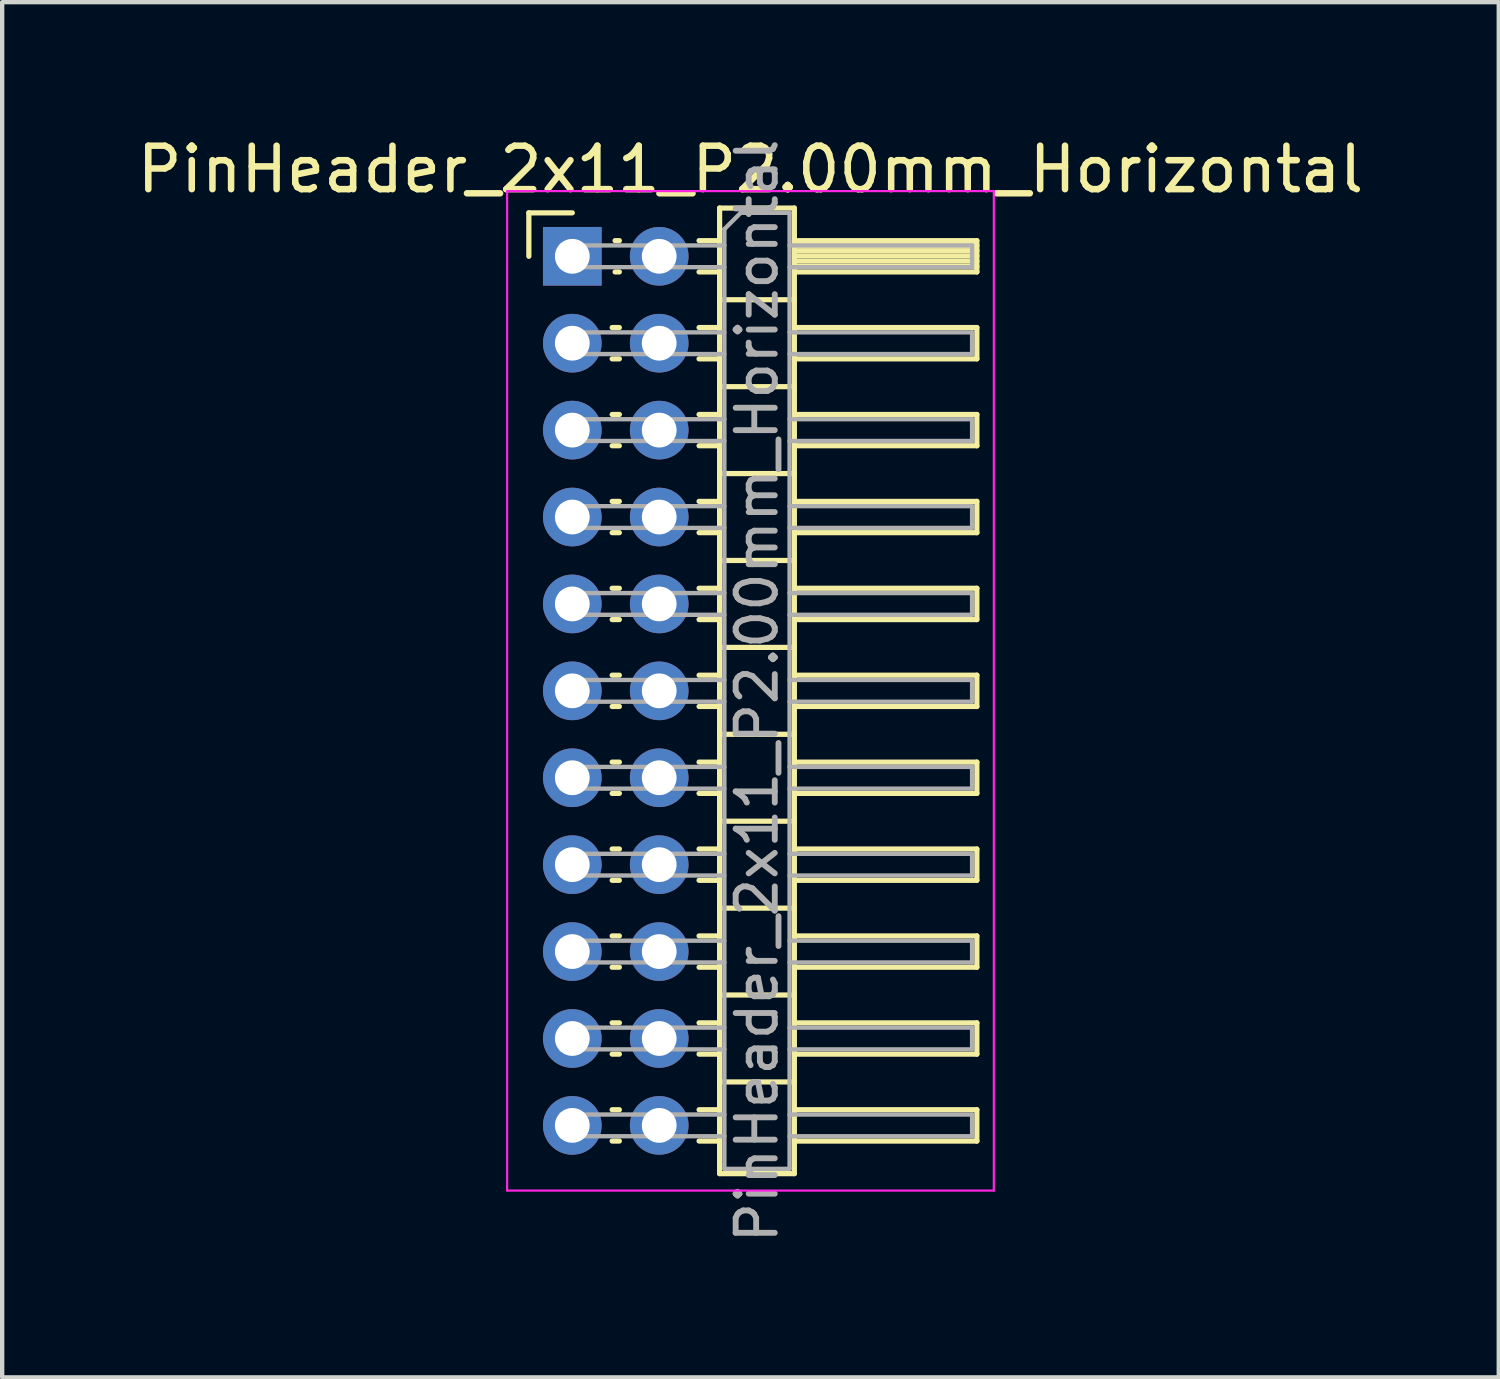
<source format=kicad_pcb>
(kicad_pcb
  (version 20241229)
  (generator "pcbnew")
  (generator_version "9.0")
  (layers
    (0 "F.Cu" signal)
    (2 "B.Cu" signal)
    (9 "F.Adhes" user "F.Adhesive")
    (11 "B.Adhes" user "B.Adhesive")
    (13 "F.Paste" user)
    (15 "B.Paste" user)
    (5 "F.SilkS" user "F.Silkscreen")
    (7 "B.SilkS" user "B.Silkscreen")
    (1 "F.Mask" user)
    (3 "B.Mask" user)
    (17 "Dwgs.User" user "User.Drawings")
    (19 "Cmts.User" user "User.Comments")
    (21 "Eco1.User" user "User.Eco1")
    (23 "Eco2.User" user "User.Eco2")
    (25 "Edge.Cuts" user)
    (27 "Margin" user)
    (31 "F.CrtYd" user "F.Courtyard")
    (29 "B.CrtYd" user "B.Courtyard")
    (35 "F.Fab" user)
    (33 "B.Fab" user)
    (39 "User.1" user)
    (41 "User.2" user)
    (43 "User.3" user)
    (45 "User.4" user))
  (footprint "PinHeader_2x11_P2.00mm_Horizontal"
    (layer "F.Cu")
    (at 10.12 2.848)
    (property "Reference" "PinHeader_2x11_P2.00mm_Horizontal" (at 4.1 -2 0) (layer "F.SilkS") (effects (font (size 1 1) (thickness 0.15))))
    (attr through_hole)
    (fp_line (start -1 -1) (end 0 -1) (stroke (width 0.12) (type solid)) (layer "F.SilkS"))
    (fp_line (start -1 0) (end -1 -1) (stroke (width 0.12) (type solid)) (layer "F.SilkS"))
    (fp_line (start 0.917 1.64) (end 1.083 1.64) (stroke (width 0.12) (type solid)) (layer "F.SilkS"))
    (fp_line (start 0.917 2.36) (end 1.083 2.36) (stroke (width 0.12) (type solid)) (layer "F.SilkS"))
    (fp_line (start 0.917 3.64) (end 1.083 3.64) (stroke (width 0.12) (type solid)) (layer "F.SilkS"))
    (fp_line (start 0.917 4.36) (end 1.083 4.36) (stroke (width 0.12) (type solid)) (layer "F.SilkS"))
    (fp_line (start 0.917 5.64) (end 1.083 5.64) (stroke (width 0.12) (type solid)) (layer "F.SilkS"))
    (fp_line (start 0.917 6.36) (end 1.083 6.36) (stroke (width 0.12) (type solid)) (layer "F.SilkS"))
    (fp_line (start 0.917 7.64) (end 1.083 7.64) (stroke (width 0.12) (type solid)) (layer "F.SilkS"))
    (fp_line (start 0.917 8.36) (end 1.083 8.36) (stroke (width 0.12) (type solid)) (layer "F.SilkS"))
    (fp_line (start 0.917 9.64) (end 1.083 9.64) (stroke (width 0.12) (type solid)) (layer "F.SilkS"))
    (fp_line (start 0.917 10.36) (end 1.083 10.36) (stroke (width 0.12) (type solid)) (layer "F.SilkS"))
    (fp_line (start 0.917 11.64) (end 1.083 11.64) (stroke (width 0.12) (type solid)) (layer "F.SilkS"))
    (fp_line (start 0.917 12.36) (end 1.083 12.36) (stroke (width 0.12) (type solid)) (layer "F.SilkS"))
    (fp_line (start 0.917 13.64) (end 1.083 13.64) (stroke (width 0.12) (type solid)) (layer "F.SilkS"))
    (fp_line (start 0.917 14.36) (end 1.083 14.36) (stroke (width 0.12) (type solid)) (layer "F.SilkS"))
    (fp_line (start 0.917 15.64) (end 1.083 15.64) (stroke (width 0.12) (type solid)) (layer "F.SilkS"))
    (fp_line (start 0.917 16.36) (end 1.083 16.36) (stroke (width 0.12) (type solid)) (layer "F.SilkS"))
    (fp_line (start 0.917 17.64) (end 1.083 17.64) (stroke (width 0.12) (type solid)) (layer "F.SilkS"))
    (fp_line (start 0.917 18.36) (end 1.083 18.36) (stroke (width 0.12) (type solid)) (layer "F.SilkS"))
    (fp_line (start 0.917 19.64) (end 1.083 19.64) (stroke (width 0.12) (type solid)) (layer "F.SilkS"))
    (fp_line (start 0.917 20.36) (end 1.083 20.36) (stroke (width 0.12) (type solid)) (layer "F.SilkS"))
    (fp_line (start 0.985 -0.36) (end 1.083 -0.36) (stroke (width 0.12) (type solid)) (layer "F.SilkS"))
    (fp_line (start 0.985 0.36) (end 1.083 0.36) (stroke (width 0.12) (type solid)) (layer "F.SilkS"))
    (fp_line (start 2.917 -0.36) (end 3.39 -0.36) (stroke (width 0.12) (type solid)) (layer "F.SilkS"))
    (fp_line (start 2.917 0.36) (end 3.39 0.36) (stroke (width 0.12) (type solid)) (layer "F.SilkS"))
    (fp_line (start 2.917 1.64) (end 3.39 1.64) (stroke (width 0.12) (type solid)) (layer "F.SilkS"))
    (fp_line (start 2.917 2.36) (end 3.39 2.36) (stroke (width 0.12) (type solid)) (layer "F.SilkS"))
    (fp_line (start 2.917 3.64) (end 3.39 3.64) (stroke (width 0.12) (type solid)) (layer "F.SilkS"))
    (fp_line (start 2.917 4.36) (end 3.39 4.36) (stroke (width 0.12) (type solid)) (layer "F.SilkS"))
    (fp_line (start 2.917 5.64) (end 3.39 5.64) (stroke (width 0.12) (type solid)) (layer "F.SilkS"))
    (fp_line (start 2.917 6.36) (end 3.39 6.36) (stroke (width 0.12) (type solid)) (layer "F.SilkS"))
    (fp_line (start 2.917 7.64) (end 3.39 7.64) (stroke (width 0.12) (type solid)) (layer "F.SilkS"))
    (fp_line (start 2.917 8.36) (end 3.39 8.36) (stroke (width 0.12) (type solid)) (layer "F.SilkS"))
    (fp_line (start 2.917 9.64) (end 3.39 9.64) (stroke (width 0.12) (type solid)) (layer "F.SilkS"))
    (fp_line (start 2.917 10.36) (end 3.39 10.36) (stroke (width 0.12) (type solid)) (layer "F.SilkS"))
    (fp_line (start 2.917 11.64) (end 3.39 11.64) (stroke (width 0.12) (type solid)) (layer "F.SilkS"))
    (fp_line (start 2.917 12.36) (end 3.39 12.36) (stroke (width 0.12) (type solid)) (layer "F.SilkS"))
    (fp_line (start 2.917 13.64) (end 3.39 13.64) (stroke (width 0.12) (type solid)) (layer "F.SilkS"))
    (fp_line (start 2.917 14.36) (end 3.39 14.36) (stroke (width 0.12) (type solid)) (layer "F.SilkS"))
    (fp_line (start 2.917 15.64) (end 3.39 15.64) (stroke (width 0.12) (type solid)) (layer "F.SilkS"))
    (fp_line (start 2.917 16.36) (end 3.39 16.36) (stroke (width 0.12) (type solid)) (layer "F.SilkS"))
    (fp_line (start 2.917 17.64) (end 3.39 17.64) (stroke (width 0.12) (type solid)) (layer "F.SilkS"))
    (fp_line (start 2.917 18.36) (end 3.39 18.36) (stroke (width 0.12) (type solid)) (layer "F.SilkS"))
    (fp_line (start 2.917 19.64) (end 3.39 19.64) (stroke (width 0.12) (type solid)) (layer "F.SilkS"))
    (fp_line (start 2.917 20.36) (end 3.39 20.36) (stroke (width 0.12) (type solid)) (layer "F.SilkS"))
    (fp_line (start 3.39 -1.11) (end 3.39 21.11) (stroke (width 0.12) (type solid)) (layer "F.SilkS"))
    (fp_line (start 3.39 1) (end 5.11 1) (stroke (width 0.12) (type solid)) (layer "F.SilkS"))
    (fp_line (start 3.39 3) (end 5.11 3) (stroke (width 0.12) (type solid)) (layer "F.SilkS"))
    (fp_line (start 3.39 5) (end 5.11 5) (stroke (width 0.12) (type solid)) (layer "F.SilkS"))
    (fp_line (start 3.39 7) (end 5.11 7) (stroke (width 0.12) (type solid)) (layer "F.SilkS"))
    (fp_line (start 3.39 9) (end 5.11 9) (stroke (width 0.12) (type solid)) (layer "F.SilkS"))
    (fp_line (start 3.39 11) (end 5.11 11) (stroke (width 0.12) (type solid)) (layer "F.SilkS"))
    (fp_line (start 3.39 13) (end 5.11 13) (stroke (width 0.12) (type solid)) (layer "F.SilkS"))
    (fp_line (start 3.39 15) (end 5.11 15) (stroke (width 0.12) (type solid)) (layer "F.SilkS"))
    (fp_line (start 3.39 17) (end 5.11 17) (stroke (width 0.12) (type solid)) (layer "F.SilkS"))
    (fp_line (start 3.39 19) (end 5.11 19) (stroke (width 0.12) (type solid)) (layer "F.SilkS"))
    (fp_line (start 3.39 21.11) (end 5.11 21.11) (stroke (width 0.12) (type solid)) (layer "F.SilkS"))
    (fp_line (start 5.11 -1.11) (end 3.39 -1.11) (stroke (width 0.12) (type solid)) (layer "F.SilkS"))
    (fp_line (start 5.11 -0.36) (end 9.31 -0.36) (stroke (width 0.12) (type solid)) (layer "F.SilkS"))
    (fp_line (start 5.11 -0.25) (end 9.31 -0.25) (stroke (width 0.12) (type solid)) (layer "F.SilkS"))
    (fp_line (start 5.11 -0.13) (end 9.31 -0.13) (stroke (width 0.12) (type solid)) (layer "F.SilkS"))
    (fp_line (start 5.11 -0.01) (end 9.31 -0.01) (stroke (width 0.12) (type solid)) (layer "F.SilkS"))
    (fp_line (start 5.11 0.11) (end 9.31 0.11) (stroke (width 0.12) (type solid)) (layer "F.SilkS"))
    (fp_line (start 5.11 0.23) (end 9.31 0.23) (stroke (width 0.12) (type solid)) (layer "F.SilkS"))
    (fp_line (start 5.11 1.64) (end 9.31 1.64) (stroke (width 0.12) (type solid)) (layer "F.SilkS"))
    (fp_line (start 5.11 3.64) (end 9.31 3.64) (stroke (width 0.12) (type solid)) (layer "F.SilkS"))
    (fp_line (start 5.11 5.64) (end 9.31 5.64) (stroke (width 0.12) (type solid)) (layer "F.SilkS"))
    (fp_line (start 5.11 7.64) (end 9.31 7.64) (stroke (width 0.12) (type solid)) (layer "F.SilkS"))
    (fp_line (start 5.11 9.64) (end 9.31 9.64) (stroke (width 0.12) (type solid)) (layer "F.SilkS"))
    (fp_line (start 5.11 11.64) (end 9.31 11.64) (stroke (width 0.12) (type solid)) (layer "F.SilkS"))
    (fp_line (start 5.11 13.64) (end 9.31 13.64) (stroke (width 0.12) (type solid)) (layer "F.SilkS"))
    (fp_line (start 5.11 15.64) (end 9.31 15.64) (stroke (width 0.12) (type solid)) (layer "F.SilkS"))
    (fp_line (start 5.11 17.64) (end 9.31 17.64) (stroke (width 0.12) (type solid)) (layer "F.SilkS"))
    (fp_line (start 5.11 19.64) (end 9.31 19.64) (stroke (width 0.12) (type solid)) (layer "F.SilkS"))
    (fp_line (start 5.11 21.11) (end 5.11 -1.11) (stroke (width 0.12) (type solid)) (layer "F.SilkS"))
    (fp_line (start 9.31 -0.36) (end 9.31 0.36) (stroke (width 0.12) (type solid)) (layer "F.SilkS"))
    (fp_line (start 9.31 0.36) (end 5.11 0.36) (stroke (width 0.12) (type solid)) (layer "F.SilkS"))
    (fp_line (start 9.31 1.64) (end 9.31 2.36) (stroke (width 0.12) (type solid)) (layer "F.SilkS"))
    (fp_line (start 9.31 2.36) (end 5.11 2.36) (stroke (width 0.12) (type solid)) (layer "F.SilkS"))
    (fp_line (start 9.31 3.64) (end 9.31 4.36) (stroke (width 0.12) (type solid)) (layer "F.SilkS"))
    (fp_line (start 9.31 4.36) (end 5.11 4.36) (stroke (width 0.12) (type solid)) (layer "F.SilkS"))
    (fp_line (start 9.31 5.64) (end 9.31 6.36) (stroke (width 0.12) (type solid)) (layer "F.SilkS"))
    (fp_line (start 9.31 6.36) (end 5.11 6.36) (stroke (width 0.12) (type solid)) (layer "F.SilkS"))
    (fp_line (start 9.31 7.64) (end 9.31 8.36) (stroke (width 0.12) (type solid)) (layer "F.SilkS"))
    (fp_line (start 9.31 8.36) (end 5.11 8.36) (stroke (width 0.12) (type solid)) (layer "F.SilkS"))
    (fp_line (start 9.31 9.64) (end 9.31 10.36) (stroke (width 0.12) (type solid)) (layer "F.SilkS"))
    (fp_line (start 9.31 10.36) (end 5.11 10.36) (stroke (width 0.12) (type solid)) (layer "F.SilkS"))
    (fp_line (start 9.31 11.64) (end 9.31 12.36) (stroke (width 0.12) (type solid)) (layer "F.SilkS"))
    (fp_line (start 9.31 12.36) (end 5.11 12.36) (stroke (width 0.12) (type solid)) (layer "F.SilkS"))
    (fp_line (start 9.31 13.64) (end 9.31 14.36) (stroke (width 0.12) (type solid)) (layer "F.SilkS"))
    (fp_line (start 9.31 14.36) (end 5.11 14.36) (stroke (width 0.12) (type solid)) (layer "F.SilkS"))
    (fp_line (start 9.31 15.64) (end 9.31 16.36) (stroke (width 0.12) (type solid)) (layer "F.SilkS"))
    (fp_line (start 9.31 16.36) (end 5.11 16.36) (stroke (width 0.12) (type solid)) (layer "F.SilkS"))
    (fp_line (start 9.31 17.64) (end 9.31 18.36) (stroke (width 0.12) (type solid)) (layer "F.SilkS"))
    (fp_line (start 9.31 18.36) (end 5.11 18.36) (stroke (width 0.12) (type solid)) (layer "F.SilkS"))
    (fp_line (start 9.31 19.64) (end 9.31 20.36) (stroke (width 0.12) (type solid)) (layer "F.SilkS"))
    (fp_line (start 9.31 20.36) (end 5.11 20.36) (stroke (width 0.12) (type solid)) (layer "F.SilkS"))
    (fp_line (start -1.5 -1.5) (end -1.5 21.5) (stroke (width 0.05) (type solid)) (layer "F.CrtYd"))
    (fp_line (start -1.5 21.5) (end 9.7 21.5) (stroke (width 0.05) (type solid)) (layer "F.CrtYd"))
    (fp_line (start 9.7 -1.5) (end -1.5 -1.5) (stroke (width 0.05) (type solid)) (layer "F.CrtYd"))
    (fp_line (start 9.7 21.5) (end 9.7 -1.5) (stroke (width 0.05) (type solid)) (layer "F.CrtYd"))
    (fp_line (start -0.25 -0.25) (end -0.25 0.25) (stroke (width 0.1) (type solid)) (layer "F.Fab"))
    (fp_line (start -0.25 -0.25) (end 3.5 -0.25) (stroke (width 0.1) (type solid)) (layer "F.Fab"))
    (fp_line (start -0.25 0.25) (end 3.5 0.25) (stroke (width 0.1) (type solid)) (layer "F.Fab"))
    (fp_line (start -0.25 1.75) (end -0.25 2.25) (stroke (width 0.1) (type solid)) (layer "F.Fab"))
    (fp_line (start -0.25 1.75) (end 3.5 1.75) (stroke (width 0.1) (type solid)) (layer "F.Fab"))
    (fp_line (start -0.25 2.25) (end 3.5 2.25) (stroke (width 0.1) (type solid)) (layer "F.Fab"))
    (fp_line (start -0.25 3.75) (end -0.25 4.25) (stroke (width 0.1) (type solid)) (layer "F.Fab"))
    (fp_line (start -0.25 3.75) (end 3.5 3.75) (stroke (width 0.1) (type solid)) (layer "F.Fab"))
    (fp_line (start -0.25 4.25) (end 3.5 4.25) (stroke (width 0.1) (type solid)) (layer "F.Fab"))
    (fp_line (start -0.25 5.75) (end -0.25 6.25) (stroke (width 0.1) (type solid)) (layer "F.Fab"))
    (fp_line (start -0.25 5.75) (end 3.5 5.75) (stroke (width 0.1) (type solid)) (layer "F.Fab"))
    (fp_line (start -0.25 6.25) (end 3.5 6.25) (stroke (width 0.1) (type solid)) (layer "F.Fab"))
    (fp_line (start -0.25 7.75) (end -0.25 8.25) (stroke (width 0.1) (type solid)) (layer "F.Fab"))
    (fp_line (start -0.25 7.75) (end 3.5 7.75) (stroke (width 0.1) (type solid)) (layer "F.Fab"))
    (fp_line (start -0.25 8.25) (end 3.5 8.25) (stroke (width 0.1) (type solid)) (layer "F.Fab"))
    (fp_line (start -0.25 9.75) (end -0.25 10.25) (stroke (width 0.1) (type solid)) (layer "F.Fab"))
    (fp_line (start -0.25 9.75) (end 3.5 9.75) (stroke (width 0.1) (type solid)) (layer "F.Fab"))
    (fp_line (start -0.25 10.25) (end 3.5 10.25) (stroke (width 0.1) (type solid)) (layer "F.Fab"))
    (fp_line (start -0.25 11.75) (end -0.25 12.25) (stroke (width 0.1) (type solid)) (layer "F.Fab"))
    (fp_line (start -0.25 11.75) (end 3.5 11.75) (stroke (width 0.1) (type solid)) (layer "F.Fab"))
    (fp_line (start -0.25 12.25) (end 3.5 12.25) (stroke (width 0.1) (type solid)) (layer "F.Fab"))
    (fp_line (start -0.25 13.75) (end -0.25 14.25) (stroke (width 0.1) (type solid)) (layer "F.Fab"))
    (fp_line (start -0.25 13.75) (end 3.5 13.75) (stroke (width 0.1) (type solid)) (layer "F.Fab"))
    (fp_line (start -0.25 14.25) (end 3.5 14.25) (stroke (width 0.1) (type solid)) (layer "F.Fab"))
    (fp_line (start -0.25 15.75) (end -0.25 16.25) (stroke (width 0.1) (type solid)) (layer "F.Fab"))
    (fp_line (start -0.25 15.75) (end 3.5 15.75) (stroke (width 0.1) (type solid)) (layer "F.Fab"))
    (fp_line (start -0.25 16.25) (end 3.5 16.25) (stroke (width 0.1) (type solid)) (layer "F.Fab"))
    (fp_line (start -0.25 17.75) (end -0.25 18.25) (stroke (width 0.1) (type solid)) (layer "F.Fab"))
    (fp_line (start -0.25 17.75) (end 3.5 17.75) (stroke (width 0.1) (type solid)) (layer "F.Fab"))
    (fp_line (start -0.25 18.25) (end 3.5 18.25) (stroke (width 0.1) (type solid)) (layer "F.Fab"))
    (fp_line (start -0.25 19.75) (end -0.25 20.25) (stroke (width 0.1) (type solid)) (layer "F.Fab"))
    (fp_line (start -0.25 19.75) (end 3.5 19.75) (stroke (width 0.1) (type solid)) (layer "F.Fab"))
    (fp_line (start -0.25 20.25) (end 3.5 20.25) (stroke (width 0.1) (type solid)) (layer "F.Fab"))
    (fp_line (start 3.5 -0.625) (end 3.875 -1) (stroke (width 0.1) (type solid)) (layer "F.Fab"))
    (fp_line (start 3.5 21) (end 3.5 -0.625) (stroke (width 0.1) (type solid)) (layer "F.Fab"))
    (fp_line (start 3.875 -1) (end 5 -1) (stroke (width 0.1) (type solid)) (layer "F.Fab"))
    (fp_line (start 5 -1) (end 5 21) (stroke (width 0.1) (type solid)) (layer "F.Fab"))
    (fp_line (start 5 -0.25) (end 9.2 -0.25) (stroke (width 0.1) (type solid)) (layer "F.Fab"))
    (fp_line (start 5 0.25) (end 9.2 0.25) (stroke (width 0.1) (type solid)) (layer "F.Fab"))
    (fp_line (start 5 1.75) (end 9.2 1.75) (stroke (width 0.1) (type solid)) (layer "F.Fab"))
    (fp_line (start 5 2.25) (end 9.2 2.25) (stroke (width 0.1) (type solid)) (layer "F.Fab"))
    (fp_line (start 5 3.75) (end 9.2 3.75) (stroke (width 0.1) (type solid)) (layer "F.Fab"))
    (fp_line (start 5 4.25) (end 9.2 4.25) (stroke (width 0.1) (type solid)) (layer "F.Fab"))
    (fp_line (start 5 5.75) (end 9.2 5.75) (stroke (width 0.1) (type solid)) (layer "F.Fab"))
    (fp_line (start 5 6.25) (end 9.2 6.25) (stroke (width 0.1) (type solid)) (layer "F.Fab"))
    (fp_line (start 5 7.75) (end 9.2 7.75) (stroke (width 0.1) (type solid)) (layer "F.Fab"))
    (fp_line (start 5 8.25) (end 9.2 8.25) (stroke (width 0.1) (type solid)) (layer "F.Fab"))
    (fp_line (start 5 9.75) (end 9.2 9.75) (stroke (width 0.1) (type solid)) (layer "F.Fab"))
    (fp_line (start 5 10.25) (end 9.2 10.25) (stroke (width 0.1) (type solid)) (layer "F.Fab"))
    (fp_line (start 5 11.75) (end 9.2 11.75) (stroke (width 0.1) (type solid)) (layer "F.Fab"))
    (fp_line (start 5 12.25) (end 9.2 12.25) (stroke (width 0.1) (type solid)) (layer "F.Fab"))
    (fp_line (start 5 13.75) (end 9.2 13.75) (stroke (width 0.1) (type solid)) (layer "F.Fab"))
    (fp_line (start 5 14.25) (end 9.2 14.25) (stroke (width 0.1) (type solid)) (layer "F.Fab"))
    (fp_line (start 5 15.75) (end 9.2 15.75) (stroke (width 0.1) (type solid)) (layer "F.Fab"))
    (fp_line (start 5 16.25) (end 9.2 16.25) (stroke (width 0.1) (type solid)) (layer "F.Fab"))
    (fp_line (start 5 17.75) (end 9.2 17.75) (stroke (width 0.1) (type solid)) (layer "F.Fab"))
    (fp_line (start 5 18.25) (end 9.2 18.25) (stroke (width 0.1) (type solid)) (layer "F.Fab"))
    (fp_line (start 5 19.75) (end 9.2 19.75) (stroke (width 0.1) (type solid)) (layer "F.Fab"))
    (fp_line (start 5 20.25) (end 9.2 20.25) (stroke (width 0.1) (type solid)) (layer "F.Fab"))
    (fp_line (start 5 21) (end 3.5 21) (stroke (width 0.1) (type solid)) (layer "F.Fab"))
    (fp_line (start 9.2 -0.25) (end 9.2 0.25) (stroke (width 0.1) (type solid)) (layer "F.Fab"))
    (fp_line (start 9.2 1.75) (end 9.2 2.25) (stroke (width 0.1) (type solid)) (layer "F.Fab"))
    (fp_line (start 9.2 3.75) (end 9.2 4.25) (stroke (width 0.1) (type solid)) (layer "F.Fab"))
    (fp_line (start 9.2 5.75) (end 9.2 6.25) (stroke (width 0.1) (type solid)) (layer "F.Fab"))
    (fp_line (start 9.2 7.75) (end 9.2 8.25) (stroke (width 0.1) (type solid)) (layer "F.Fab"))
    (fp_line (start 9.2 9.75) (end 9.2 10.25) (stroke (width 0.1) (type solid)) (layer "F.Fab"))
    (fp_line (start 9.2 11.75) (end 9.2 12.25) (stroke (width 0.1) (type solid)) (layer "F.Fab"))
    (fp_line (start 9.2 13.75) (end 9.2 14.25) (stroke (width 0.1) (type solid)) (layer "F.Fab"))
    (fp_line (start 9.2 15.75) (end 9.2 16.25) (stroke (width 0.1) (type solid)) (layer "F.Fab"))
    (fp_line (start 9.2 17.75) (end 9.2 18.25) (stroke (width 0.1) (type solid)) (layer "F.Fab"))
    (fp_line (start 9.2 19.75) (end 9.2 20.25) (stroke (width 0.1) (type solid)) (layer "F.Fab"))
    (fp_text user "${REFERENCE}" (at 4.25 10 90) (layer "F.Fab") (effects (font (size 0.9 0.9) (thickness 0.135))))
    (pad "1" thru_hole rect (at 0 0) (size 1.35 1.35) (drill 0.8) (layers "*.Cu" "*.Mask"))
    (pad "2" thru_hole circle (at 2 0) (size 1.35 1.35) (drill 0.8) (layers "*.Cu" "*.Mask"))
    (pad "3" thru_hole circle (at 0 2) (size 1.35 1.35) (drill 0.8) (layers "*.Cu" "*.Mask"))
    (pad "4" thru_hole circle (at 2 2) (size 1.35 1.35) (drill 0.8) (layers "*.Cu" "*.Mask"))
    (pad "5" thru_hole circle (at 0 4) (size 1.35 1.35) (drill 0.8) (layers "*.Cu" "*.Mask"))
    (pad "6" thru_hole circle (at 2 4) (size 1.35 1.35) (drill 0.8) (layers "*.Cu" "*.Mask"))
    (pad "7" thru_hole circle (at 0 6) (size 1.35 1.35) (drill 0.8) (layers "*.Cu" "*.Mask"))
    (pad "8" thru_hole circle (at 2 6) (size 1.35 1.35) (drill 0.8) (layers "*.Cu" "*.Mask"))
    (pad "9" thru_hole circle (at 0 8) (size 1.35 1.35) (drill 0.8) (layers "*.Cu" "*.Mask"))
    (pad "10" thru_hole circle (at 2 8) (size 1.35 1.35) (drill 0.8) (layers "*.Cu" "*.Mask"))
    (pad "11" thru_hole circle (at 0 10) (size 1.35 1.35) (drill 0.8) (layers "*.Cu" "*.Mask"))
    (pad "12" thru_hole circle (at 2 10) (size 1.35 1.35) (drill 0.8) (layers "*.Cu" "*.Mask"))
    (pad "13" thru_hole circle (at 0 12) (size 1.35 1.35) (drill 0.8) (layers "*.Cu" "*.Mask"))
    (pad "14" thru_hole circle (at 2 12) (size 1.35 1.35) (drill 0.8) (layers "*.Cu" "*.Mask"))
    (pad "15" thru_hole circle (at 0 14) (size 1.35 1.35) (drill 0.8) (layers "*.Cu" "*.Mask"))
    (pad "16" thru_hole circle (at 2 14) (size 1.35 1.35) (drill 0.8) (layers "*.Cu" "*.Mask"))
    (pad "17" thru_hole circle (at 0 16) (size 1.35 1.35) (drill 0.8) (layers "*.Cu" "*.Mask"))
    (pad "18" thru_hole circle (at 2 16) (size 1.35 1.35) (drill 0.8) (layers "*.Cu" "*.Mask"))
    (pad "19" thru_hole circle (at 0 18) (size 1.35 1.35) (drill 0.8) (layers "*.Cu" "*.Mask"))
    (pad "20" thru_hole circle (at 2 18) (size 1.35 1.35) (drill 0.8) (layers "*.Cu" "*.Mask"))
    (pad "21" thru_hole circle (at 0 20) (size 1.35 1.35) (drill 0.8) (layers "*.Cu" "*.Mask"))
    (pad "22" thru_hole circle (at 2 20) (size 1.35 1.35) (drill 0.8) (layers "*.Cu" "*.Mask")))
  (gr_rect
    (start -3 -3)
    (end 31.44 28.646)
    (stroke (width 0.1) (type default))
    (fill no)
    (layer "Edge.Cuts")))
</source>
